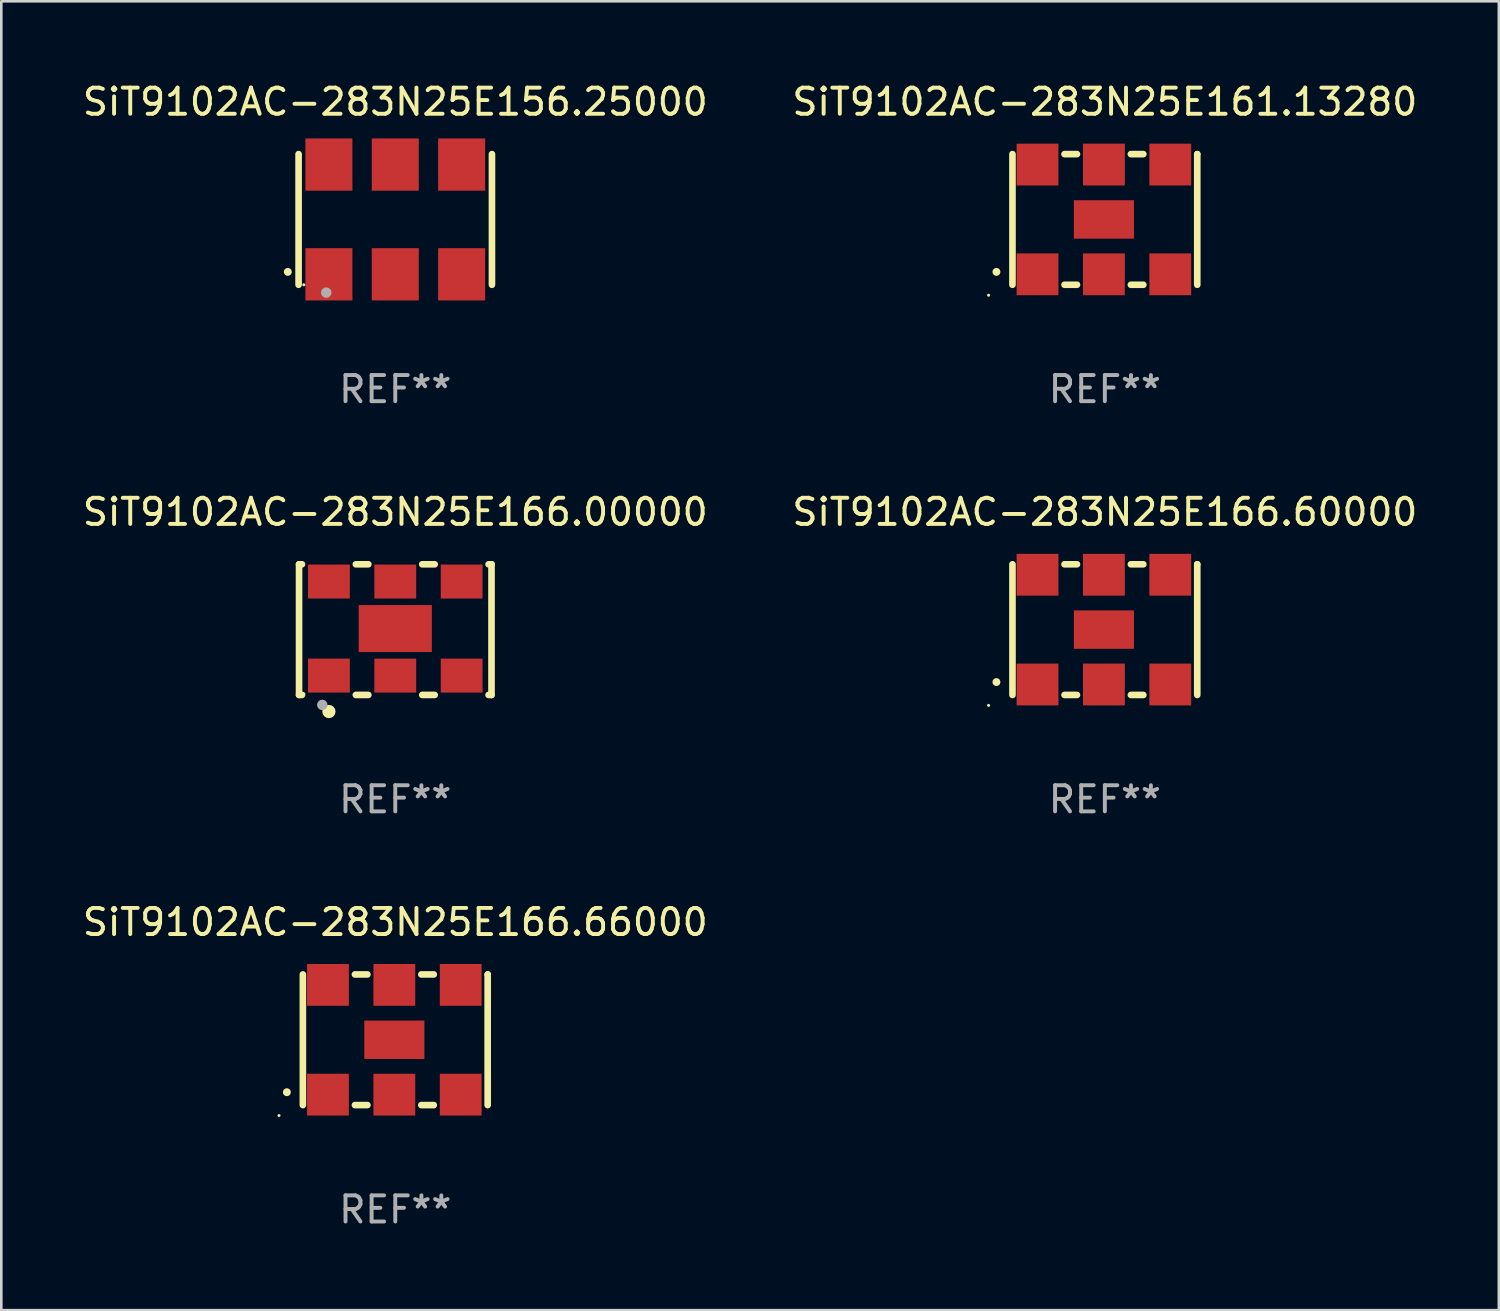
<source format=kicad_pcb>
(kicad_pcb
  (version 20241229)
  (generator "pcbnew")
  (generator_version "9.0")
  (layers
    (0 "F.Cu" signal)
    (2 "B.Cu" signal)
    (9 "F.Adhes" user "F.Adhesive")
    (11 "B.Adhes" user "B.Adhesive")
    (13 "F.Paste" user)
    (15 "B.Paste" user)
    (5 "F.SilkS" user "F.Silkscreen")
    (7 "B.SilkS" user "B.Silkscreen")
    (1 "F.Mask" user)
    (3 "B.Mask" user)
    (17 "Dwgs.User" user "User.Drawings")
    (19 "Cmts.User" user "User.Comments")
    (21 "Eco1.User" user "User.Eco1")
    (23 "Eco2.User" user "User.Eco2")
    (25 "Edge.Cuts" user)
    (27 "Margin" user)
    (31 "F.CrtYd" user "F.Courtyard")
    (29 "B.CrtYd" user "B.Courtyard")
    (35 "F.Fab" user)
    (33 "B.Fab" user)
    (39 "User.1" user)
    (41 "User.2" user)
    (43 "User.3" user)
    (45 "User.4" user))
  (footprint "SiT9102AC-283N25E166.60000"
    (layer "F.Cu")
    (at 39.232 21.045)
    (property "Reference" "SiT9102AC-283N25E166.60000" (at 0 -4.5 0) (layer "F.SilkS") (effects (font (size 1 1) (thickness 0.15))))
    (attr through_hole)
    (fp_line (start -3.536 -2.5) (end -3.536 2.5) (stroke (width 0.254) (type solid)) (layer "F.SilkS"))
    (fp_line (start -1.544 2.5) (end -1.067 2.5) (stroke (width 0.254) (type solid)) (layer "F.SilkS"))
    (fp_line (start -1.067 -2.5) (end -1.544 -2.5) (stroke (width 0.254) (type solid)) (layer "F.SilkS"))
    (fp_line (start 0.996 2.5) (end 1.473 2.5) (stroke (width 0.254) (type solid)) (layer "F.SilkS"))
    (fp_line (start 1.473 -2.5) (end 0.996 -2.5) (stroke (width 0.254) (type solid)) (layer "F.SilkS"))
    (fp_line (start 3.536 -2.5) (end 3.536 -2.5) (stroke (width 0.254) (type solid)) (layer "F.SilkS"))
    (fp_line (start 3.536 2.5) (end 3.536 -2.5) (stroke (width 0.254) (type solid)) (layer "F.SilkS"))
    (fp_arc (start -4.150432 2.006604) (mid -4.149162 2.006599) (end -4.147892 2.006604) (stroke (width 0.3) (type solid)) (layer "F.SilkS"))
    (fp_circle (center -4.449 2.9) (end -4.419 2.9) (stroke (width 0.06) (type solid)) (fill no) (layer "F.SilkS"))
    (fp_text user "REF**" (at 0 6.5 0) (layer "F.Fab") (effects (font (size 1 1) (thickness 0.15))))
    (pad "1" smd rect (at -2.576 2.1) (size 1.6 1.6) (layers "F.Cu" "F.Mask" "F.Paste"))
    (pad "2" smd rect (at -0.036 2.1) (size 1.6 1.6) (layers "F.Cu" "F.Mask" "F.Paste"))
    (pad "3" smd rect (at 2.504 2.1) (size 1.6 1.6) (layers "F.Cu" "F.Mask" "F.Paste"))
    (pad "4" smd rect (at 2.504 -2.1) (size 1.6 1.6) (layers "F.Cu" "F.Mask" "F.Paste"))
    (pad "5" smd rect (at -0.036 -2.1) (size 1.6 1.6) (layers "F.Cu" "F.Mask" "F.Paste"))
    (pad "6" smd rect (at -2.576 -2.1) (size 1.6 1.6) (layers "F.Cu" "F.Mask" "F.Paste"))
    (pad "7" smd rect (at -0.036 0) (size 2.3 1.47) (layers "F.Cu" "F.Mask" "F.Paste")))
  (footprint "SiT9102AC-283N25E166.66000"
    (layer "F.Cu")
    (at 12.077 36.741)
    (property "Reference" "SiT9102AC-283N25E166.66000" (at 0 -4.5 0) (layer "F.SilkS") (effects (font (size 1 1) (thickness 0.15))))
    (attr through_hole)
    (fp_line (start -3.536 -2.5) (end -3.536 2.5) (stroke (width 0.254) (type solid)) (layer "F.SilkS"))
    (fp_line (start -1.544 2.5) (end -1.067 2.5) (stroke (width 0.254) (type solid)) (layer "F.SilkS"))
    (fp_line (start -1.067 -2.5) (end -1.544 -2.5) (stroke (width 0.254) (type solid)) (layer "F.SilkS"))
    (fp_line (start 0.996 2.5) (end 1.473 2.5) (stroke (width 0.254) (type solid)) (layer "F.SilkS"))
    (fp_line (start 1.473 -2.5) (end 0.996 -2.5) (stroke (width 0.254) (type solid)) (layer "F.SilkS"))
    (fp_line (start 3.536 -2.5) (end 3.536 -2.5) (stroke (width 0.254) (type solid)) (layer "F.SilkS"))
    (fp_line (start 3.536 2.5) (end 3.536 -2.5) (stroke (width 0.254) (type solid)) (layer "F.SilkS"))
    (fp_arc (start -4.150432 2.006604) (mid -4.149162 2.006599) (end -4.147892 2.006604) (stroke (width 0.3) (type solid)) (layer "F.SilkS"))
    (fp_circle (center -4.449 2.9) (end -4.419 2.9) (stroke (width 0.06) (type solid)) (fill no) (layer "F.SilkS"))
    (fp_text user "REF**" (at 0 6.5 0) (layer "F.Fab") (effects (font (size 1 1) (thickness 0.15))))
    (pad "1" smd rect (at -2.576 2.1) (size 1.6 1.6) (layers "F.Cu" "F.Mask" "F.Paste"))
    (pad "2" smd rect (at -0.036 2.1) (size 1.6 1.6) (layers "F.Cu" "F.Mask" "F.Paste"))
    (pad "3" smd rect (at 2.504 2.1) (size 1.6 1.6) (layers "F.Cu" "F.Mask" "F.Paste"))
    (pad "4" smd rect (at 2.504 -2.1) (size 1.6 1.6) (layers "F.Cu" "F.Mask" "F.Paste"))
    (pad "5" smd rect (at -0.036 -2.1) (size 1.6 1.6) (layers "F.Cu" "F.Mask" "F.Paste"))
    (pad "6" smd rect (at -2.576 -2.1) (size 1.6 1.6) (layers "F.Cu" "F.Mask" "F.Paste"))
    (pad "7" smd rect (at -0.036 0) (size 2.3 1.47) (layers "F.Cu" "F.Mask" "F.Paste")))
  (footprint "SiT9102AC-283N25E161.13280"
    (layer "F.Cu")
    (at 39.232 5.348)
    (property "Reference" "SiT9102AC-283N25E161.13280" (at 0 -4.5 0) (layer "F.SilkS") (effects (font (size 1 1) (thickness 0.15))))
    (attr through_hole)
    (fp_line (start -3.536 -2.5) (end -3.536 2.5) (stroke (width 0.254) (type solid)) (layer "F.SilkS"))
    (fp_line (start -1.544 2.5) (end -1.067 2.5) (stroke (width 0.254) (type solid)) (layer "F.SilkS"))
    (fp_line (start -1.067 -2.5) (end -1.544 -2.5) (stroke (width 0.254) (type solid)) (layer "F.SilkS"))
    (fp_line (start 0.996 2.5) (end 1.473 2.5) (stroke (width 0.254) (type solid)) (layer "F.SilkS"))
    (fp_line (start 1.473 -2.5) (end 0.996 -2.5) (stroke (width 0.254) (type solid)) (layer "F.SilkS"))
    (fp_line (start 3.536 -2.5) (end 3.536 -2.5) (stroke (width 0.254) (type solid)) (layer "F.SilkS"))
    (fp_line (start 3.536 2.5) (end 3.536 -2.5) (stroke (width 0.254) (type solid)) (layer "F.SilkS"))
    (fp_arc (start -4.150432 2.006604) (mid -4.149162 2.006599) (end -4.147892 2.006604) (stroke (width 0.3) (type solid)) (layer "F.SilkS"))
    (fp_circle (center -4.449 2.9) (end -4.419 2.9) (stroke (width 0.06) (type solid)) (fill no) (layer "F.SilkS"))
    (fp_text user "REF**" (at 0 6.5 0) (layer "F.Fab") (effects (font (size 1 1) (thickness 0.15))))
    (pad "1" smd rect (at -2.576 2.1) (size 1.6 1.6) (layers "F.Cu" "F.Mask" "F.Paste"))
    (pad "2" smd rect (at -0.036 2.1) (size 1.6 1.6) (layers "F.Cu" "F.Mask" "F.Paste"))
    (pad "3" smd rect (at 2.504 2.1) (size 1.6 1.6) (layers "F.Cu" "F.Mask" "F.Paste"))
    (pad "4" smd rect (at 2.504 -2.1) (size 1.6 1.6) (layers "F.Cu" "F.Mask" "F.Paste"))
    (pad "5" smd rect (at -0.036 -2.1) (size 1.6 1.6) (layers "F.Cu" "F.Mask" "F.Paste"))
    (pad "6" smd rect (at -2.576 -2.1) (size 1.6 1.6) (layers "F.Cu" "F.Mask" "F.Paste"))
    (pad "7" smd rect (at -0.036 0) (size 2.3 1.47) (layers "F.Cu" "F.Mask" "F.Paste")))
  (footprint "SiT9102AC-283N25E156.25000"
    (layer "F.Cu")
    (at 12.077 5.348)
    (property "Reference" "SiT9102AC-283N25E156.25000" (at 0 -4.5 0) (layer "F.SilkS") (effects (font (size 1 1) (thickness 0.15))))
    (attr through_hole)
    (fp_line (start -3.7 -2.5) (end -3.7 2.5) (stroke (width 0.254) (type solid)) (layer "F.SilkS"))
    (fp_line (start 3.7 -2.5) (end 3.7 2.5) (stroke (width 0.254) (type solid)) (layer "F.SilkS"))
    (fp_arc (start -4.114415 2.006604) (mid -4.113145 2.006599) (end -4.111875 2.006604) (stroke (width 0.3) (type solid)) (layer "F.SilkS"))
    (fp_circle (center -3.5 2.501) (end -3.47 2.501) (stroke (width 0.06) (type solid)) (fill no) (layer "F.SilkS"))
    (fp_circle (center -2.641 2.799) (end -2.541 2.799) (stroke (width 0.2) (type solid)) (fill no) (layer "F.Fab"))
    (fp_text user "REF**" (at 0 6.5 0) (layer "F.Fab") (effects (font (size 1 1) (thickness 0.15))))
    (pad "1" smd rect (at -2.54 2.1) (size 1.8 2) (layers "F.Cu" "F.Mask" "F.Paste"))
    (pad "2" smd rect (at 0.000394 2.1) (size 1.8 2) (layers "F.Cu" "F.Mask" "F.Paste"))
    (pad "3" smd rect (at 2.54 2.1) (size 1.8 2) (layers "F.Cu" "F.Mask" "F.Paste"))
    (pad "4" smd rect (at 2.54 -2.1) (size 1.8 2) (layers "F.Cu" "F.Mask" "F.Paste"))
    (pad "5" smd rect (at 0.000394 -2.1) (size 1.8 2) (layers "F.Cu" "F.Mask" "F.Paste"))
    (pad "6" smd rect (at -2.54 -2.1) (size 1.8 2) (layers "F.Cu" "F.Mask" "F.Paste")))
  (footprint "SiT9102AC-283N25E166.00000"
    (layer "F.Cu")
    (at 12.077 21.045)
    (property "Reference" "SiT9102AC-283N25E166.00000" (at 0 -4.5 0) (layer "F.SilkS") (effects (font (size 1 1) (thickness 0.15))))
    (attr through_hole)
    (fp_line (start -3.683 -2.5) (end -3.571 -2.5) (stroke (width 0.254) (type solid)) (layer "F.SilkS"))
    (fp_line (start -3.683 2.5) (end -3.683 -2.5) (stroke (width 0.254) (type solid)) (layer "F.SilkS"))
    (fp_line (start -3.683 2.5) (end -3.571 2.5) (stroke (width 0.254) (type solid)) (layer "F.SilkS"))
    (fp_line (start -1.509 -2.5) (end -1.031 -2.5) (stroke (width 0.254) (type solid)) (layer "F.SilkS"))
    (fp_line (start -1.509 2.5) (end -1.031 2.5) (stroke (width 0.254) (type solid)) (layer "F.SilkS"))
    (fp_line (start 1.031 -2.5) (end 1.509 -2.5) (stroke (width 0.254) (type solid)) (layer "F.SilkS"))
    (fp_line (start 1.031 2.5) (end 1.509 2.5) (stroke (width 0.254) (type solid)) (layer "F.SilkS"))
    (fp_line (start 3.571 -2.5) (end 3.683 -2.5) (stroke (width 0.254) (type solid)) (layer "F.SilkS"))
    (fp_line (start 3.571 2.5) (end 3.683 2.5) (stroke (width 0.254) (type solid)) (layer "F.SilkS"))
    (fp_line (start 3.683 2.5) (end 3.683 -2.5) (stroke (width 0.254) (type solid)) (layer "F.SilkS"))
    (fp_circle (center -3.5 2.46) (end -3.47 2.46) (stroke (width 0.06) (type solid)) (fill no) (layer "F.SilkS"))
    (fp_circle (center -2.54 3.135) (end -2.413 3.135) (stroke (width 0.254) (type solid)) (fill no) (layer "F.SilkS"))
    (fp_circle (center -2.794 2.881) (end -2.694 2.881) (stroke (width 0.2) (type solid)) (fill no) (layer "F.Fab"))
    (fp_text user "REF**" (at 0 6.5 0) (layer "F.Fab") (effects (font (size 1 1) (thickness 0.15))))
    (pad "1" smd rect (at -2.54 1.76) (size 1.6 1.3) (layers "F.Cu" "F.Mask" "F.Paste"))
    (pad "2" smd rect (at 0 1.76) (size 1.6 1.3) (layers "F.Cu" "F.Mask" "F.Paste"))
    (pad "3" smd rect (at 2.54 1.76) (size 1.6 1.3) (layers "F.Cu" "F.Mask" "F.Paste"))
    (pad "4" smd rect (at 2.54 -1.84) (size 1.6 1.3) (layers "F.Cu" "F.Mask" "F.Paste"))
    (pad "5" smd rect (at 0 -1.84) (size 1.6 1.3) (layers "F.Cu" "F.Mask" "F.Paste"))
    (pad "6" smd rect (at -2.54 -1.84) (size 1.6 1.3) (layers "F.Cu" "F.Mask" "F.Paste"))
    (pad "7" smd rect (at 0 -0.04) (size 2.8 1.8) (layers "F.Cu" "F.Mask" "F.Paste")))
  (gr_rect
    (start -3 -3)
    (end 54.31 47.09)
    (stroke (width 0.1) (type default))
    (fill no)
    (layer "Edge.Cuts")))
</source>
